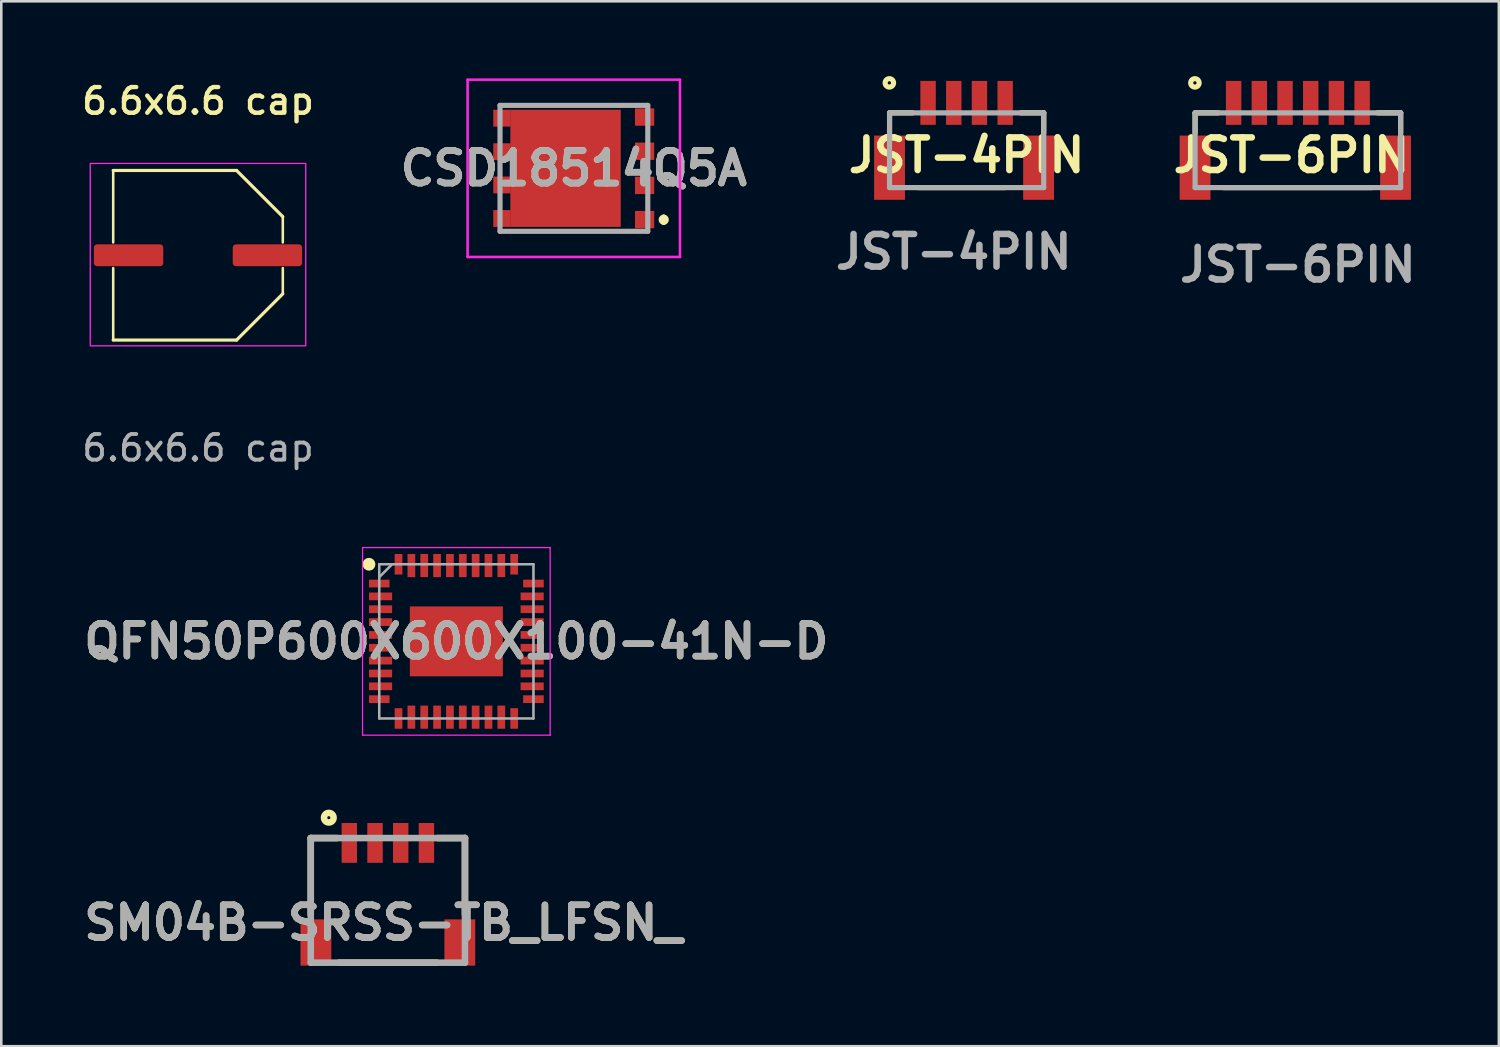
<source format=kicad_pcb>
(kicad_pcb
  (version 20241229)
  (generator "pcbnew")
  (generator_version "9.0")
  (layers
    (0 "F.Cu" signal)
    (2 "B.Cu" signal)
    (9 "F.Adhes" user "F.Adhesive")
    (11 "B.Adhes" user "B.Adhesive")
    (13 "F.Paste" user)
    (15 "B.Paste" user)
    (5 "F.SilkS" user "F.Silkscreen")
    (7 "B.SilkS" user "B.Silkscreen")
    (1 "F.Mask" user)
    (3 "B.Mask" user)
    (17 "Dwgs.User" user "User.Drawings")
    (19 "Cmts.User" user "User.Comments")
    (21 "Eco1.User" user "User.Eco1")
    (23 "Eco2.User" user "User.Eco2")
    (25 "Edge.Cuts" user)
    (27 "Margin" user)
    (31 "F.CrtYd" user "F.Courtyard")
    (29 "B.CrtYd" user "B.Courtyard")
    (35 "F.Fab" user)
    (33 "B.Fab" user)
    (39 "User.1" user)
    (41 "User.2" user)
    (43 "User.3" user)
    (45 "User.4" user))
  (footprint "6.6x6.6 cap"
    (layer "F.Cu")
    (at 4.655 6.883)
    (property "Reference" "6.6x6.6 cap" (at 0 -6 0) (unlocked yes) (layer "F.SilkS") (effects (font (size 1 1) (thickness 0.17) (bold yes))))
    (attr smd)
    (fp_line (start -3.3 -3.3) (end -3.3 -0.5) (stroke (width 0.1) (type default)) (layer "F.SilkS"))
    (fp_line (start -3.3 3.3) (end -3.3 0.5) (stroke (width 0.1) (type default)) (layer "F.SilkS"))
    (fp_line (start 1.5 -3.3) (end -3.3 -3.3) (stroke (width 0.125) (type solid)) (layer "F.SilkS"))
    (fp_line (start 1.5 -3.3) (end 3.3 -1.5) (stroke (width 0.125) (type solid)) (layer "F.SilkS"))
    (fp_line (start 1.5 3.3) (end -3.3 3.3) (stroke (width 0.125) (type solid)) (layer "F.SilkS"))
    (fp_line (start 1.5 3.3) (end 3.3 1.5) (stroke (width 0.125) (type solid)) (layer "F.SilkS"))
    (fp_line (start 3.3 -1.5) (end 3.3 -0.5) (stroke (width 0.1) (type default)) (layer "F.SilkS"))
    (fp_line (start 3.3 1.5) (end 3.3 0.5) (stroke (width 0.1) (type default)) (layer "F.SilkS"))
    (fp_rect (start -4.193 -3.574) (end 4.193 3.525) (stroke (width 0.05) (type solid)) (fill no) (layer "F.CrtYd"))
    (fp_text user "${REFERENCE}" (at 0 7.5 0) (unlocked yes) (layer "F.Fab") (effects (font (size 1 1) (thickness 0.15))))
    (pad "1" smd roundrect (at 2.701 0) (size 2.7 0.85) (layers "F.Cu" "F.Mask" "F.Paste") (roundrect_rratio 0.15))
    (pad "2" smd roundrect (at -2.702 0) (size 2.7 0.85) (layers "F.Cu" "F.Mask" "F.Paste") (roundrect_rratio 0.15)))
  (footprint "JST-6PIN"
    (layer "F.Cu")
    (at 47.954 0.25)
    (property "Reference" "JST-6PIN" (at -0.75 2.742 0) (layer "F.SilkS") (effects (font (size 1.27 1.27) (thickness 0.254))))
    (attr smd)
    (fp_line (start -4.499 1.092) (end -4.5 1.875) (stroke (width 0.2) (type solid)) (layer "F.SilkS"))
    (fp_line (start -4.499 1.092) (end -3.599 1.092) (stroke (width 0.2) (type solid)) (layer "F.SilkS"))
    (fp_line (start -3.4 4) (end 2.4 4) (stroke (width 0.2) (type solid)) (layer "F.SilkS"))
    (fp_line (start 3.501 1.092) (end 2.601 1.092) (stroke (width 0.2) (type solid)) (layer "F.SilkS"))
    (fp_line (start 3.501 1.092) (end 3.5 1.875) (stroke (width 0.2) (type solid)) (layer "F.SilkS"))
    (fp_circle (center -4.507 -0.075) (end -4.507 -0.011) (stroke (width 0.2) (type solid)) (fill no) (layer "F.SilkS"))
    (fp_line (start -4.5 4) (end -4.499 1.092) (stroke (width 0.2) (type solid)) (layer "F.Fab"))
    (fp_line (start -4.499 1.092) (end 3.501 1.092) (stroke (width 0.2) (type solid)) (layer "F.Fab"))
    (fp_line (start 3.5 4) (end -4.5 4) (stroke (width 0.2) (type solid)) (layer "F.Fab"))
    (fp_line (start 3.501 1.092) (end 3.5 4) (stroke (width 0.2) (type solid)) (layer "F.Fab"))
    (fp_text user "${REFERENCE}" (at -0.5 7 0) (layer "F.Fab") (effects (font (size 1.27 1.27) (thickness 0.254))))
    (pad "1" smd rect (at -3 0.703) (size 0.6 1.71) (layers "F.Cu" "F.Mask" "F.Paste"))
    (pad "2" smd rect (at -2 0.703) (size 0.6 1.71) (layers "F.Cu" "F.Mask" "F.Paste"))
    (pad "3" smd rect (at -1 0.703) (size 0.6 1.71) (layers "F.Cu" "F.Mask" "F.Paste"))
    (pad "4" smd rect (at 0 0.703) (size 0.6 1.71) (layers "F.Cu" "F.Mask" "F.Paste"))
    (pad "5" smd rect (at 1 0.703) (size 0.6 1.71) (layers "F.Cu" "F.Mask" "F.Paste"))
    (pad "6" smd rect (at 2 0.703) (size 0.6 1.71) (layers "F.Cu" "F.Mask" "F.Paste"))
    (pad "7" smd rect (at 3.3 3.225) (size 1.2 2.5) (layers "F.Cu" "F.Mask" "F.Paste"))
    (pad "8" smd rect (at -4.5 3.225) (size 1.2 2.5) (layers "F.Cu" "F.Mask" "F.Paste")))
  (footprint "QFN50P600X600X100-41N-D"
    (layer "F.Cu")
    (at 14.708 21.907)
    (property "Reference" "QFN50P600X600X100-41N-D" (at 0 0 0) (layer "F.SilkS") (effects (font (size 1.27 1.27) (thickness 0.254))))
    (attr smd)
    (fp_circle (center -3.4 -3) (end -3.4 -2.875) (stroke (width 0.25) (type solid)) (fill no) (layer "F.SilkS"))
    (fp_line (start -3.65 -3.65) (end 3.65 -3.65) (stroke (width 0.05) (type solid)) (layer "F.CrtYd"))
    (fp_line (start -3.65 3.65) (end -3.65 -3.65) (stroke (width 0.05) (type solid)) (layer "F.CrtYd"))
    (fp_line (start 3.65 -3.65) (end 3.65 3.65) (stroke (width 0.05) (type solid)) (layer "F.CrtYd"))
    (fp_line (start 3.65 3.65) (end -3.65 3.65) (stroke (width 0.05) (type solid)) (layer "F.CrtYd"))
    (fp_line (start -3 -3) (end 3 -3) (stroke (width 0.1) (type solid)) (layer "F.Fab"))
    (fp_line (start -3 -2.5) (end -2.5 -3) (stroke (width 0.1) (type solid)) (layer "F.Fab"))
    (fp_line (start -3 3) (end -3 -3) (stroke (width 0.1) (type solid)) (layer "F.Fab"))
    (fp_line (start 3 -3) (end 3 3) (stroke (width 0.1) (type solid)) (layer "F.Fab"))
    (fp_line (start 3 3) (end -3 3) (stroke (width 0.1) (type solid)) (layer "F.Fab"))
    (fp_text user "${REFERENCE}" (at 0 0 0) (layer "F.Fab") (effects (font (size 1.27 1.27) (thickness 0.254))))
    (pad "1" smd rect (at -3 -2.25 90) (size 0.3 0.8) (layers "F.Cu" "F.Mask" "F.Paste"))
    (pad "2" smd rect (at -2.95 -1.75 90) (size 0.3 0.9) (layers "F.Cu" "F.Mask" "F.Paste"))
    (pad "3" smd rect (at -2.95 -1.25 90) (size 0.3 0.9) (layers "F.Cu" "F.Mask" "F.Paste"))
    (pad "4" smd rect (at -2.95 -0.75 90) (size 0.3 0.9) (layers "F.Cu" "F.Mask" "F.Paste"))
    (pad "5" smd rect (at -2.95 -0.25 90) (size 0.3 0.9) (layers "F.Cu" "F.Mask" "F.Paste"))
    (pad "6" smd rect (at -2.95 0.25 90) (size 0.3 0.9) (layers "F.Cu" "F.Mask" "F.Paste"))
    (pad "7" smd rect (at -2.95 0.75 90) (size 0.3 0.9) (layers "F.Cu" "F.Mask" "F.Paste"))
    (pad "8" smd rect (at -2.95 1.25 90) (size 0.3 0.9) (layers "F.Cu" "F.Mask" "F.Paste"))
    (pad "9" smd rect (at -2.95 1.75 90) (size 0.3 0.9) (layers "F.Cu" "F.Mask" "F.Paste"))
    (pad "10" smd rect (at -3 2.25 90) (size 0.3 0.8) (layers "F.Cu" "F.Mask" "F.Paste"))
    (pad "11" smd rect (at -2.25 3) (size 0.3 0.8) (layers "F.Cu" "F.Mask" "F.Paste"))
    (pad "12" smd rect (at -1.75 2.95) (size 0.3 0.9) (layers "F.Cu" "F.Mask" "F.Paste"))
    (pad "13" smd rect (at -1.25 2.95) (size 0.3 0.9) (layers "F.Cu" "F.Mask" "F.Paste"))
    (pad "14" smd rect (at -0.75 2.95) (size 0.3 0.9) (layers "F.Cu" "F.Mask" "F.Paste"))
    (pad "15" smd rect (at -0.25 2.95) (size 0.3 0.9) (layers "F.Cu" "F.Mask" "F.Paste"))
    (pad "16" smd rect (at 0.25 2.95) (size 0.3 0.9) (layers "F.Cu" "F.Mask" "F.Paste"))
    (pad "17" smd rect (at 0.75 2.95) (size 0.3 0.9) (layers "F.Cu" "F.Mask" "F.Paste"))
    (pad "18" smd rect (at 1.25 2.95) (size 0.3 0.9) (layers "F.Cu" "F.Mask" "F.Paste"))
    (pad "19" smd rect (at 1.75 2.95) (size 0.3 0.9) (layers "F.Cu" "F.Mask" "F.Paste"))
    (pad "20" smd rect (at 2.25 3) (size 0.3 0.8) (layers "F.Cu" "F.Mask" "F.Paste"))
    (pad "21" smd rect (at 3 2.25 90) (size 0.3 0.8) (layers "F.Cu" "F.Mask" "F.Paste"))
    (pad "22" smd rect (at 2.95 1.75 90) (size 0.3 0.9) (layers "F.Cu" "F.Mask" "F.Paste"))
    (pad "23" smd rect (at 2.95 1.25 90) (size 0.3 0.9) (layers "F.Cu" "F.Mask" "F.Paste"))
    (pad "24" smd rect (at 2.95 0.75 90) (size 0.3 0.9) (layers "F.Cu" "F.Mask" "F.Paste"))
    (pad "25" smd rect (at 2.95 0.25 90) (size 0.3 0.9) (layers "F.Cu" "F.Mask" "F.Paste"))
    (pad "26" smd rect (at 2.95 -0.25 90) (size 0.3 0.9) (layers "F.Cu" "F.Mask" "F.Paste"))
    (pad "27" smd rect (at 2.95 -0.75 90) (size 0.3 0.9) (layers "F.Cu" "F.Mask" "F.Paste"))
    (pad "28" smd rect (at 2.95 -1.25 90) (size 0.3 0.9) (layers "F.Cu" "F.Mask" "F.Paste"))
    (pad "29" smd rect (at 2.95 -1.75 90) (size 0.3 0.9) (layers "F.Cu" "F.Mask" "F.Paste"))
    (pad "30" smd rect (at 3 -2.25 90) (size 0.3 0.8) (layers "F.Cu" "F.Mask" "F.Paste"))
    (pad "31" smd rect (at 2.25 -3) (size 0.3 0.8) (layers "F.Cu" "F.Mask" "F.Paste"))
    (pad "32" smd rect (at 1.75 -2.95) (size 0.3 0.9) (layers "F.Cu" "F.Mask" "F.Paste"))
    (pad "33" smd rect (at 1.25 -2.95) (size 0.3 0.9) (layers "F.Cu" "F.Mask" "F.Paste"))
    (pad "34" smd rect (at 0.75 -2.95) (size 0.3 0.9) (layers "F.Cu" "F.Mask" "F.Paste"))
    (pad "35" smd rect (at 0.25 -2.95) (size 0.3 0.9) (layers "F.Cu" "F.Mask" "F.Paste"))
    (pad "36" smd rect (at -0.25 -2.95) (size 0.3 0.9) (layers "F.Cu" "F.Mask" "F.Paste"))
    (pad "37" smd rect (at -0.75 -2.95) (size 0.3 0.9) (layers "F.Cu" "F.Mask" "F.Paste"))
    (pad "38" smd rect (at -1.25 -2.95) (size 0.3 0.9) (layers "F.Cu" "F.Mask" "F.Paste"))
    (pad "39" smd rect (at -1.75 -2.95) (size 0.3 0.9) (layers "F.Cu" "F.Mask" "F.Paste"))
    (pad "40" smd rect (at -2.25 -3) (size 0.3 0.8) (layers "F.Cu" "F.Mask" "F.Paste"))
    (pad "41" smd rect (at 0 0 90) (size 2.72 3.62) (layers "F.Cu" "F.Mask" "F.Paste")))
  (footprint "JST-4PIN"
    (layer "F.Cu")
    (at 36.064 0.25)
    (property "Reference" "JST-4PIN" (at -1.5 2.742 0) (layer "F.SilkS") (effects (font (size 1.27 1.27) (thickness 0.254))))
    (attr smd)
    (fp_line (start -4.499 1.092) (end -4.5 1.875) (stroke (width 0.2) (type solid)) (layer "F.SilkS"))
    (fp_line (start -4.499 1.092) (end -3.599 1.092) (stroke (width 0.2) (type solid)) (layer "F.SilkS"))
    (fp_line (start -3.4 4) (end 0 4) (stroke (width 0.2) (type solid)) (layer "F.SilkS"))
    (fp_line (start 1.501 1.092) (end 0.601 1.092) (stroke (width 0.2) (type solid)) (layer "F.SilkS"))
    (fp_line (start 1.501 1.092) (end 1.5 1.875) (stroke (width 0.2) (type solid)) (layer "F.SilkS"))
    (fp_circle (center -4.507 -0.075) (end -4.507 -0.011) (stroke (width 0.2) (type solid)) (fill no) (layer "F.SilkS"))
    (fp_line (start -4.5 4) (end -4.499 1.092) (stroke (width 0.2) (type solid)) (layer "F.Fab"))
    (fp_line (start -4.499 1.092) (end 1.501 1.092) (stroke (width 0.2) (type solid)) (layer "F.Fab"))
    (fp_line (start 1.5 4) (end -4.5 4) (stroke (width 0.2) (type solid)) (layer "F.Fab"))
    (fp_line (start 1.501 1.092) (end 1.5 4) (stroke (width 0.2) (type solid)) (layer "F.Fab"))
    (fp_text user "${REFERENCE}" (at -2 6.5 0) (layer "F.Fab") (effects (font (size 1.27 1.27) (thickness 0.254))))
    (pad "1" smd rect (at -3 0.703) (size 0.6 1.71) (layers "F.Cu" "F.Mask" "F.Paste"))
    (pad "2" smd rect (at -2 0.703) (size 0.6 1.71) (layers "F.Cu" "F.Mask" "F.Paste"))
    (pad "3" smd rect (at -1 0.703) (size 0.6 1.71) (layers "F.Cu" "F.Mask" "F.Paste"))
    (pad "4" smd rect (at 0 0.703) (size 0.6 1.71) (layers "F.Cu" "F.Mask" "F.Paste"))
    (pad "5" smd rect (at 1.3 3.225) (size 1.2 2.5) (layers "F.Cu" "F.Mask" "F.Paste"))
    (pad "6" smd rect (at -4.5 3.225) (size 1.2 2.5) (layers "F.Cu" "F.Mask" "F.Paste")))
  (footprint "SM04B-SRSS-TB_LFSN_"
    (layer "F.Cu")
    (at 9.043 34.411)
    (property "Reference" "SM04B-SRSS-TB_LFSN_" (at 2.822 -1.556 0) (layer "F.SilkS") (effects (font (size 1.27 1.27) (thickness 0.254))))
    (attr smd)
    (fp_line (start 0 -4.85) (end 0 -1.87) (stroke (width 0.254) (type solid)) (layer "F.SilkS"))
    (fp_line (start 0 -4.85) (end 1.029 -4.85) (stroke (width 0.254) (type solid)) (layer "F.SilkS"))
    (fp_line (start 1.094 0) (end 4.903 0) (stroke (width 0.254) (type solid)) (layer "F.SilkS"))
    (fp_line (start 6 -4.85) (end 4.937 -4.85) (stroke (width 0.254) (type solid)) (layer "F.SilkS"))
    (fp_line (start 6 -4.85) (end 6 -1.87) (stroke (width 0.254) (type solid)) (layer "F.SilkS"))
    (fp_circle (center 0.702 -5.642) (end 0.702 -5.582) (stroke (width 0.254) (type solid)) (fill no) (layer "F.SilkS"))
    (fp_line (start 0 -4.85) (end 6 -4.85) (stroke (width 0.254) (type solid)) (layer "F.Fab"))
    (fp_line (start 0 0) (end 0 -4.85) (stroke (width 0.254) (type solid)) (layer "F.Fab"))
    (fp_line (start 6 -4.85) (end 6 0) (stroke (width 0.254) (type solid)) (layer "F.Fab"))
    (fp_line (start 6 0) (end 0 0) (stroke (width 0.254) (type solid)) (layer "F.Fab"))
    (fp_text user "${REFERENCE}" (at 2.822 -1.556 0) (layer "F.Fab") (effects (font (size 1.27 1.27) (thickness 0.254))))
    (pad "1" smd rect (at 1.5 -4.661) (size 0.6 1.55) (layers "F.Cu" "F.Mask" "F.Paste"))
    (pad "2" smd rect (at 2.5 -4.661) (size 0.6 1.55) (layers "F.Cu" "F.Mask" "F.Paste"))
    (pad "3" smd rect (at 3.5 -4.661) (size 0.6 1.55) (layers "F.Cu" "F.Mask" "F.Paste"))
    (pad "4" smd rect (at 4.5 -4.661) (size 0.6 1.55) (layers "F.Cu" "F.Mask" "F.Paste"))
    (pad "5" smd rect (at 0.2 -0.786) (size 1.2 1.8) (layers "F.Cu" "F.Mask" "F.Paste"))
    (pad "6" smd rect (at 5.8 -0.786) (size 1.2 1.8) (layers "F.Cu" "F.Mask" "F.Paste")))
  (footprint "CSD18514Q5A"
    (layer "F.Cu")
    (at 19.277 3.5)
    (property "Reference" "CSD18514Q5A" (at 0 0 0) (layer "F.SilkS") (effects (font (size 1.27 1.27) (thickness 0.254))))
    (attr smd)
    (fp_line (start -2.87 -2.45) (end 2.88 -2.45) (stroke (width 0.1) (type solid)) (layer "F.SilkS"))
    (fp_line (start -2.87 2.45) (end 2.88 2.45) (stroke (width 0.1) (type solid)) (layer "F.SilkS"))
    (fp_line (start 3.5 1.9) (end 3.5 1.9) (stroke (width 0.2) (type solid)) (layer "F.SilkS"))
    (fp_line (start 3.5 2.1) (end 3.5 2.1) (stroke (width 0.2) (type solid)) (layer "F.SilkS"))
    (fp_arc (start 3.5 1.9) (mid 3.6 2) (end 3.5 2.1) (stroke (width 0.2) (type solid)) (layer "F.SilkS"))
    (fp_arc (start 3.5 2.1) (mid 3.4 2) (end 3.5 1.9) (stroke (width 0.2) (type solid)) (layer "F.SilkS"))
    (fp_line (start -4.132 -3.45) (end 4.132 -3.45) (stroke (width 0.1) (type solid)) (layer "F.CrtYd"))
    (fp_line (start -4.132 3.45) (end -4.132 -3.45) (stroke (width 0.1) (type solid)) (layer "F.CrtYd"))
    (fp_line (start 4.132 -3.45) (end 4.132 3.45) (stroke (width 0.1) (type solid)) (layer "F.CrtYd"))
    (fp_line (start 4.132 3.45) (end -4.132 3.45) (stroke (width 0.1) (type solid)) (layer "F.CrtYd"))
    (fp_line (start -2.87 -2.45) (end 2.88 -2.45) (stroke (width 0.2) (type solid)) (layer "F.Fab"))
    (fp_line (start -2.87 2.45) (end -2.87 -2.45) (stroke (width 0.2) (type solid)) (layer "F.Fab"))
    (fp_line (start 2.88 -2.45) (end 2.88 2.45) (stroke (width 0.2) (type solid)) (layer "F.Fab"))
    (fp_line (start 2.88 2.45) (end -2.87 2.45) (stroke (width 0.2) (type solid)) (layer "F.Fab"))
    (fp_text user "${REFERENCE}" (at 0 0 0) (layer "F.Fab") (effects (font (size 1.27 1.27) (thickness 0.254))))
    (pad "1" smd rect (at 2.757 1.995 90) (size 0.675 0.75) (layers "F.Cu" "F.Mask" "F.Paste"))
    (pad "2" smd rect (at 2.757 0.665 90) (size 0.675 0.75) (layers "F.Cu" "F.Mask" "F.Paste"))
    (pad "3" smd rect (at 2.757 -0.665 90) (size 0.675 0.75) (layers "F.Cu" "F.Mask" "F.Paste"))
    (pad "4" smd rect (at 2.757 -1.995 90) (size 0.675 0.75) (layers "F.Cu" "F.Mask" "F.Paste"))
    (pad "5" smd rect (at -2.795 -1.952 90) (size 0.655 0.675) (layers "F.Cu" "F.Mask" "F.Paste"))
    (pad "6" smd rect (at -2.795 -0.647 90) (size 0.655 0.675) (layers "F.Cu" "F.Mask" "F.Paste"))
    (pad "7" smd rect (at -2.795 0.647 90) (size 0.655 0.675) (layers "F.Cu" "F.Mask" "F.Paste"))
    (pad "8" smd rect (at -2.795 1.952 90) (size 0.655 0.675) (layers "F.Cu" "F.Mask" "F.Paste"))
    (pad "9" smd rect (at -0.32 0) (size 4.295 4.56) (layers "F.Cu" "F.Mask" "F.Paste")))
  (gr_rect
    (start -3 -3)
    (end 55.274 37.661)
    (stroke (width 0.1) (type default))
    (fill no)
    (layer "Edge.Cuts")))
</source>
